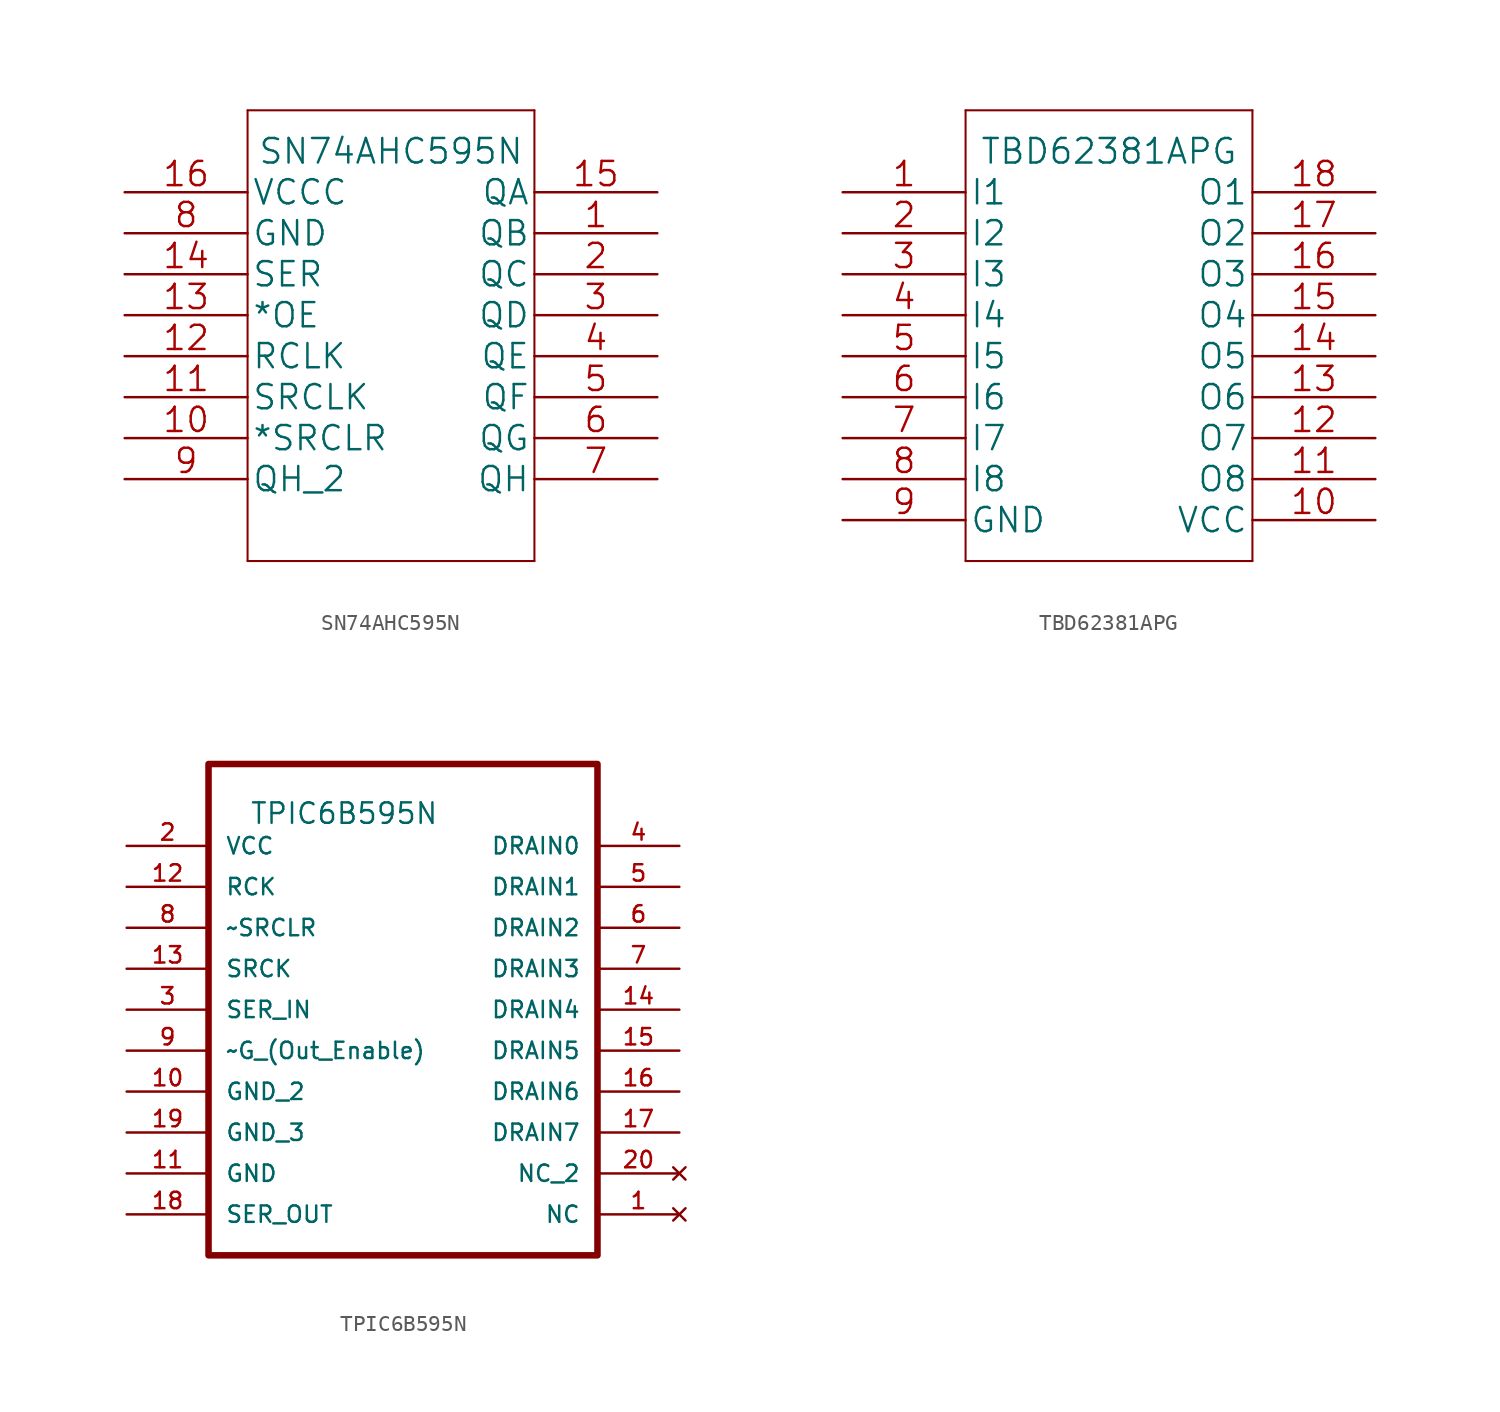
<source format=kicad_sym>
(kicad_symbol_lib
  (version 20211014)
  (generator kicad_symbol_editor)
  (symbol "SN74AHC595N"
    (pin_names
      (offset 0.254))
    (property "Reference" "U"
      (at 25.4 8.89 0)
      (effects (font (size 1.524 1.524)) hide))
    (property "Value" "SN74AHC595N"
      (at 31.75 2.54 0)
      (effects (font (size 1.524 1.524))))
    (property "Datasheet" ""
      (at 48.26 -2.54 0)
      (effects (font (size 1.524 1.524))))
    (property "ki_locked" ""
      (at 0 0 0)
      (effects (font (size 1.27 1.27))))
    (symbol "SN74AHC595N_1_1"
      (polyline (pts (xy 22.86 -22.86) (xy 22.86 5.08)) (stroke (width 0.127) (type default) (color 0 0 0 0)) (fill (type none)))
      (polyline (pts (xy 22.86 5.08) (xy 40.64 5.08)) (stroke (width 0.127) (type default) (color 0 0 0 0)) (fill (type none)))
      (polyline (pts (xy 40.64 -22.86) (xy 22.86 -22.86)) (stroke (width 0.127) (type default) (color 0 0 0 0)) (fill (type none)))
      (polyline (pts (xy 40.64 5.08) (xy 40.64 -22.86)) (stroke (width 0.127) (type default) (color 0 0 0 0)) (fill (type none)))
      (pin output line (at 48.26 -2.54 180) (length 7.62) (name "QB" (effects (font (size 1.499 1.499)))) (number "1" (effects (font (size 1.499 1.499)))))
      (pin input line (at 15.24 -15.24 0) (length 7.62) (name "*SRCLR" (effects (font (size 1.499 1.499)))) (number "10" (effects (font (size 1.499 1.499)))))
      (pin input line (at 15.24 -12.7 0) (length 7.62) (name "SRCLK" (effects (font (size 1.499 1.499)))) (number "11" (effects (font (size 1.499 1.499)))))
      (pin input line (at 15.24 -10.16 0) (length 7.62) (name "RCLK" (effects (font (size 1.499 1.499)))) (number "12" (effects (font (size 1.499 1.499)))))
      (pin input line (at 15.24 -7.62 0) (length 7.62) (name "*OE" (effects (font (size 1.499 1.499)))) (number "13" (effects (font (size 1.499 1.499)))))
      (pin input line (at 15.24 -5.08 0) (length 7.62) (name "SER" (effects (font (size 1.499 1.499)))) (number "14" (effects (font (size 1.499 1.499)))))
      (pin output line (at 48.26 0 180) (length 7.62) (name "QA" (effects (font (size 1.499 1.499)))) (number "15" (effects (font (size 1.499 1.499)))))
      (pin power_in line (at 15.24 0 0) (length 7.62) (name "VCCC" (effects (font (size 1.499 1.499)))) (number "16" (effects (font (size 1.499 1.499)))))
      (pin output line (at 48.26 -5.08 180) (length 7.62) (name "QC" (effects (font (size 1.499 1.499)))) (number "2" (effects (font (size 1.499 1.499)))))
      (pin output line (at 48.26 -7.62 180) (length 7.62) (name "QD" (effects (font (size 1.499 1.499)))) (number "3" (effects (font (size 1.499 1.499)))))
      (pin output line (at 48.26 -10.16 180) (length 7.62) (name "QE" (effects (font (size 1.499 1.499)))) (number "4" (effects (font (size 1.499 1.499)))))
      (pin output line (at 48.26 -12.7 180) (length 7.62) (name "QF" (effects (font (size 1.499 1.499)))) (number "5" (effects (font (size 1.499 1.499)))))
      (pin output line (at 48.26 -15.24 180) (length 7.62) (name "QG" (effects (font (size 1.499 1.499)))) (number "6" (effects (font (size 1.499 1.499)))))
      (pin output line (at 48.26 -17.78 180) (length 7.62) (name "QH" (effects (font (size 1.499 1.499)))) (number "7" (effects (font (size 1.499 1.499)))))
      (pin power_in line (at 15.24 -2.54 0) (length 7.62) (name "GND" (effects (font (size 1.499 1.499)))) (number "8" (effects (font (size 1.499 1.499)))))
      (pin output line (at 15.24 -17.78 0) (length 7.62) (name "QH_2" (effects (font (size 1.499 1.499)))) (number "9" (effects (font (size 1.499 1.499)))))))
  (symbol "TBD62381APG"
    (pin_names
      (offset 0.254))
    (property "Reference" "U"
      (at 10.16 8.89 0)
      (effects (font (size 1.524 1.524)) hide))
    (property "Value" "TBD62381APG"
      (at 16.51 2.54 0)
      (effects (font (size 1.524 1.524))))
    (property "Datasheet" ""
      (at 0 0 0)
      (effects (font (size 1.524 1.524))))
    (property "ki_locked" ""
      (at 0 0 0)
      (effects (font (size 1.27 1.27))))
    (symbol "TBD62381APG_1_1"
      (polyline (pts (xy 7.62 -22.86) (xy 25.4 -22.86)) (stroke (width 0.127) (type default) (color 0 0 0 0)) (fill (type none)))
      (polyline (pts (xy 7.62 5.08) (xy 7.62 -22.86)) (stroke (width 0.127) (type default) (color 0 0 0 0)) (fill (type none)))
      (polyline (pts (xy 25.4 -22.86) (xy 25.4 5.08)) (stroke (width 0.127) (type default) (color 0 0 0 0)) (fill (type none)))
      (polyline (pts (xy 25.4 5.08) (xy 7.62 5.08)) (stroke (width 0.127) (type default) (color 0 0 0 0)) (fill (type none)))
      (pin input line (at 0 0 0) (length 7.62) (name "I1" (effects (font (size 1.499 1.499)))) (number "1" (effects (font (size 1.499 1.499)))))
      (pin power_in line (at 33.02 -20.32 180) (length 7.62) (name "VCC" (effects (font (size 1.499 1.499)))) (number "10" (effects (font (size 1.499 1.499)))))
      (pin output line (at 33.02 -17.78 180) (length 7.62) (name "O8" (effects (font (size 1.499 1.499)))) (number "11" (effects (font (size 1.499 1.499)))))
      (pin output line (at 33.02 -15.24 180) (length 7.62) (name "O7" (effects (font (size 1.499 1.499)))) (number "12" (effects (font (size 1.499 1.499)))))
      (pin output line (at 33.02 -12.7 180) (length 7.62) (name "O6" (effects (font (size 1.499 1.499)))) (number "13" (effects (font (size 1.499 1.499)))))
      (pin output line (at 33.02 -10.16 180) (length 7.62) (name "O5" (effects (font (size 1.499 1.499)))) (number "14" (effects (font (size 1.499 1.499)))))
      (pin output line (at 33.02 -7.62 180) (length 7.62) (name "O4" (effects (font (size 1.499 1.499)))) (number "15" (effects (font (size 1.499 1.499)))))
      (pin output line (at 33.02 -5.08 180) (length 7.62) (name "O3" (effects (font (size 1.499 1.499)))) (number "16" (effects (font (size 1.499 1.499)))))
      (pin output line (at 33.02 -2.54 180) (length 7.62) (name "O2" (effects (font (size 1.499 1.499)))) (number "17" (effects (font (size 1.499 1.499)))))
      (pin output line (at 33.02 0 180) (length 7.62) (name "O1" (effects (font (size 1.499 1.499)))) (number "18" (effects (font (size 1.499 1.499)))))
      (pin input line (at 0 -2.54 0) (length 7.62) (name "I2" (effects (font (size 1.499 1.499)))) (number "2" (effects (font (size 1.499 1.499)))))
      (pin input line (at 0 -5.08 0) (length 7.62) (name "I3" (effects (font (size 1.499 1.499)))) (number "3" (effects (font (size 1.499 1.499)))))
      (pin input line (at 0 -7.62 0) (length 7.62) (name "I4" (effects (font (size 1.499 1.499)))) (number "4" (effects (font (size 1.499 1.499)))))
      (pin input line (at 0 -10.16 0) (length 7.62) (name "I5" (effects (font (size 1.499 1.499)))) (number "5" (effects (font (size 1.499 1.499)))))
      (pin input line (at 0 -12.7 0) (length 7.62) (name "I6" (effects (font (size 1.499 1.499)))) (number "6" (effects (font (size 1.499 1.499)))))
      (pin input line (at 0 -15.24 0) (length 7.62) (name "I7" (effects (font (size 1.499 1.499)))) (number "7" (effects (font (size 1.499 1.499)))))
      (pin input line (at 0 -17.78 0) (length 7.62) (name "I8" (effects (font (size 1.499 1.499)))) (number "8" (effects (font (size 1.499 1.499)))))
      (pin power_in line (at 0 -20.32 0) (length 7.62) (name "GND" (effects (font (size 1.499 1.499)))) (number "9" (effects (font (size 1.499 1.499)))))))
  (symbol "TPIC6B595N"
    (pin_names
      (offset 1.016))
    (property "Reference" "U"
      (at -5.564 21.67 0)
      (effects (font (size 1.27 1.27)) (justify left bottom) hide))
    (property "Value" "TPIC6B595N"
      (at -12.7 16.51 0)
      (effects (font (size 1.27 1.27)) (justify left bottom)))
    (symbol "TPIC6B595N_0_0"
      (rectangle (start -15.24 20.32) (end 8.89 -10.16) (stroke (width 0.406) (type default) (color 0 0 0 0)) (fill (type none)))
      (pin no_connect line (at 13.97 -7.62 180) (length 5.08) (name "NC" (effects (font (size 1.016 1.016)))) (number "1" (effects (font (size 1.016 1.016)))))
      (pin passive line (at -20.32 0 0) (length 5.08) (name "GND_2" (effects (font (size 1.016 1.016)))) (number "10" (effects (font (size 1.016 1.016)))))
      (pin passive line (at -20.32 -5.08 0) (length 5.08) (name "GND" (effects (font (size 1.016 1.016)))) (number "11" (effects (font (size 1.016 1.016)))))
      (pin input line (at -20.32 12.7 0) (length 5.08) (name "RCK" (effects (font (size 1.016 1.016)))) (number "12" (effects (font (size 1.016 1.016)))))
      (pin input line (at -20.32 7.62 0) (length 5.08) (name "SRCK" (effects (font (size 1.016 1.016)))) (number "13" (effects (font (size 1.016 1.016)))))
      (pin output line (at 13.97 5.08 180) (length 5.08) (name "DRAIN4" (effects (font (size 1.016 1.016)))) (number "14" (effects (font (size 1.016 1.016)))))
      (pin output line (at 13.97 2.54 180) (length 5.08) (name "DRAIN5" (effects (font (size 1.016 1.016)))) (number "15" (effects (font (size 1.016 1.016)))))
      (pin output line (at 13.97 0 180) (length 5.08) (name "DRAIN6" (effects (font (size 1.016 1.016)))) (number "16" (effects (font (size 1.016 1.016)))))
      (pin output line (at 13.97 -2.54 180) (length 5.08) (name "DRAIN7" (effects (font (size 1.016 1.016)))) (number "17" (effects (font (size 1.016 1.016)))))
      (pin output line (at -20.32 -7.62 0) (length 5.08) (name "SER_OUT" (effects (font (size 1.016 1.016)))) (number "18" (effects (font (size 1.016 1.016)))))
      (pin passive line (at -20.32 -2.54 0) (length 5.08) (name "GND_3" (effects (font (size 1.016 1.016)))) (number "19" (effects (font (size 1.016 1.016)))))
      (pin power_in line (at -20.32 15.24 0) (length 5.08) (name "VCC" (effects (font (size 1.016 1.016)))) (number "2" (effects (font (size 1.016 1.016)))))
      (pin no_connect line (at 13.97 -5.08 180) (length 5.08) (name "NC_2" (effects (font (size 1.016 1.016)))) (number "20" (effects (font (size 1.016 1.016)))))
      (pin input line (at -20.32 5.08 0) (length 5.08) (name "SER_IN" (effects (font (size 1.016 1.016)))) (number "3" (effects (font (size 1.016 1.016)))))
      (pin output line (at 13.97 15.24 180) (length 5.08) (name "DRAIN0" (effects (font (size 1.016 1.016)))) (number "4" (effects (font (size 1.016 1.016)))))
      (pin output line (at 13.97 12.7 180) (length 5.08) (name "DRAIN1" (effects (font (size 1.016 1.016)))) (number "5" (effects (font (size 1.016 1.016)))))
      (pin output line (at 13.97 10.16 180) (length 5.08) (name "DRAIN2" (effects (font (size 1.016 1.016)))) (number "6" (effects (font (size 1.016 1.016)))))
      (pin output line (at 13.97 7.62 180) (length 5.08) (name "DRAIN3" (effects (font (size 1.016 1.016)))) (number "7" (effects (font (size 1.016 1.016)))))
      (pin input line (at -20.32 10.16 0) (length 5.08) (name "~SRCLR" (effects (font (size 1.016 1.016)))) (number "8" (effects (font (size 1.016 1.016)))))
      (pin input line (at -20.32 2.54 0) (length 5.08) (name "~G_(Out_Enable)" (effects (font (size 1.016 1.016)))) (number "9" (effects (font (size 1.016 1.016))))))))
</source>
